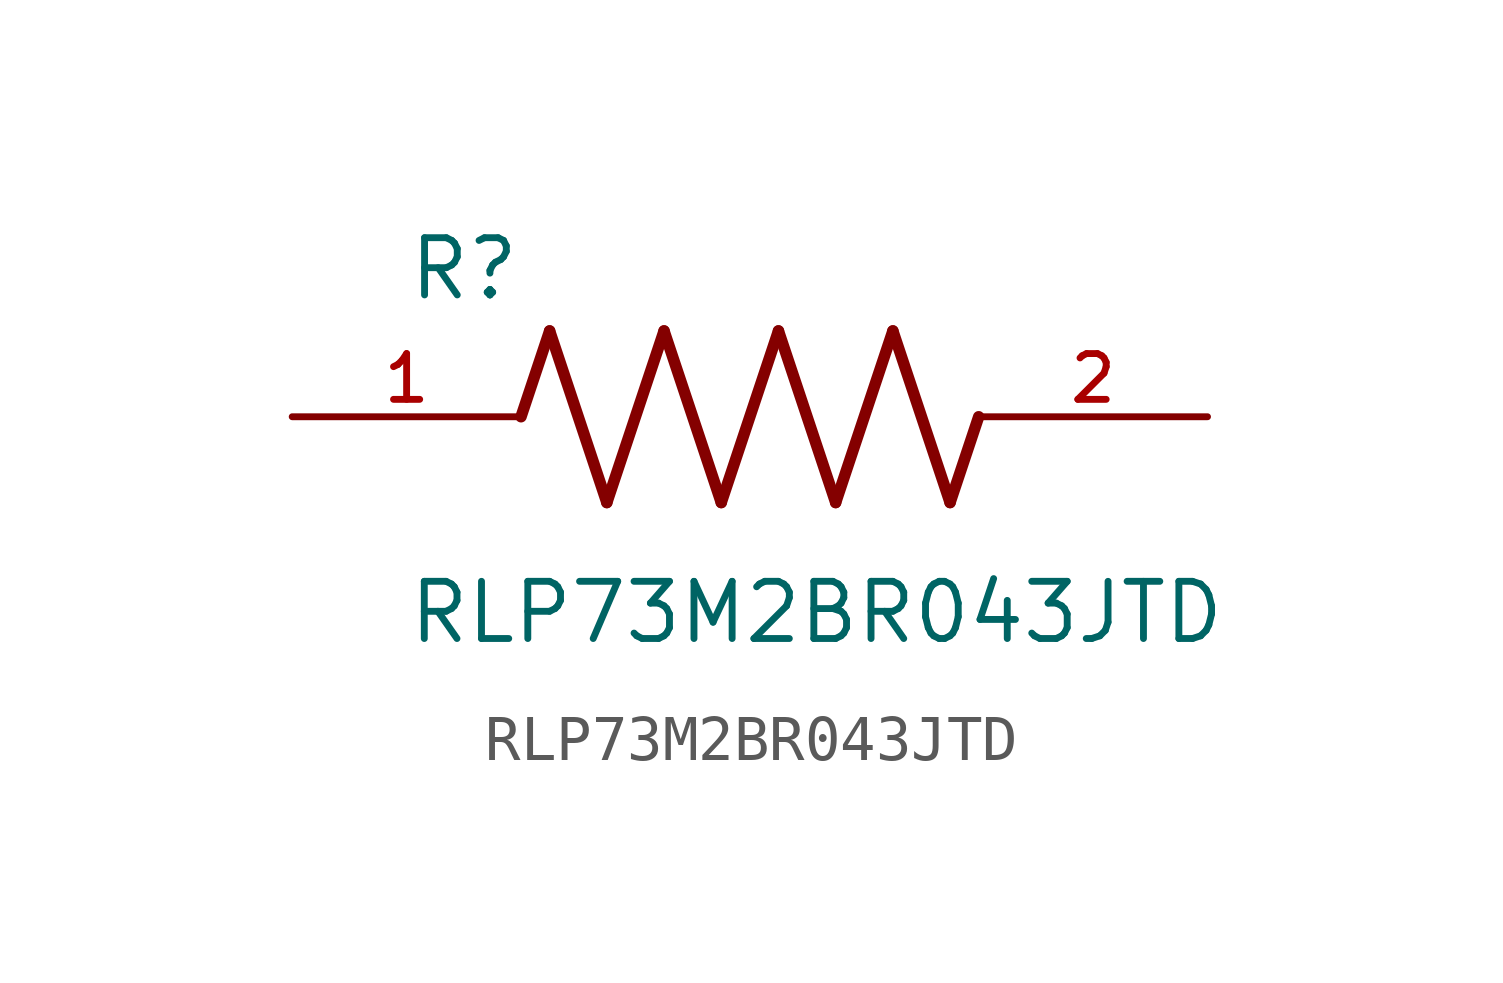
<source format=kicad_sym>
(kicad_symbol_lib
  (version 20211014)
  (generator kicad_symbol_editor)
  (symbol "RLP73M2BR043JTD"
    (pin_names
      (offset 1.016))
    (property "Reference" "R"
      (at -7.624 2.541 0)
      (effects (font (size 1.27 1.27)) (justify bottom left)))
    (property "Value" "RLP73M2BR043JTD"
      (at -7.63 -5.087 0)
      (effects (font (size 1.27 1.27)) (justify bottom left)))
    (symbol "RLP73M2BR043JTD_0_0"
      (polyline (pts (xy -5.08 0.0) (xy -4.445 1.905)) (stroke (width 0.254)))
      (polyline (pts (xy -4.445 1.905) (xy -3.175 -1.905)) (stroke (width 0.254)))
      (polyline (pts (xy -3.175 -1.905) (xy -1.905 1.905)) (stroke (width 0.254)))
      (polyline (pts (xy -1.905 1.905) (xy -0.635 -1.905)) (stroke (width 0.254)))
      (polyline (pts (xy -0.635 -1.905) (xy 0.635 1.905)) (stroke (width 0.254)))
      (polyline (pts (xy 0.635 1.905) (xy 1.905 -1.905)) (stroke (width 0.254)))
      (polyline (pts (xy 1.905 -1.905) (xy 3.175 1.905)) (stroke (width 0.254)))
      (polyline (pts (xy 3.175 1.905) (xy 4.445 -1.905)) (stroke (width 0.254)))
      (polyline (pts (xy 4.445 -1.905) (xy 5.08 0.0)) (stroke (width 0.254)))
      (pin passive line (at -10.16 0.0 0) (length 5.08) (name "~" (effects (font (size 1.016 1.016)))) (number "1" (effects (font (size 1.016 1.016)))))
      (pin passive line (at 10.16 0.0 180.0) (length 5.08) (name "~" (effects (font (size 1.016 1.016)))) (number "2" (effects (font (size 1.016 1.016))))))))
</source>
